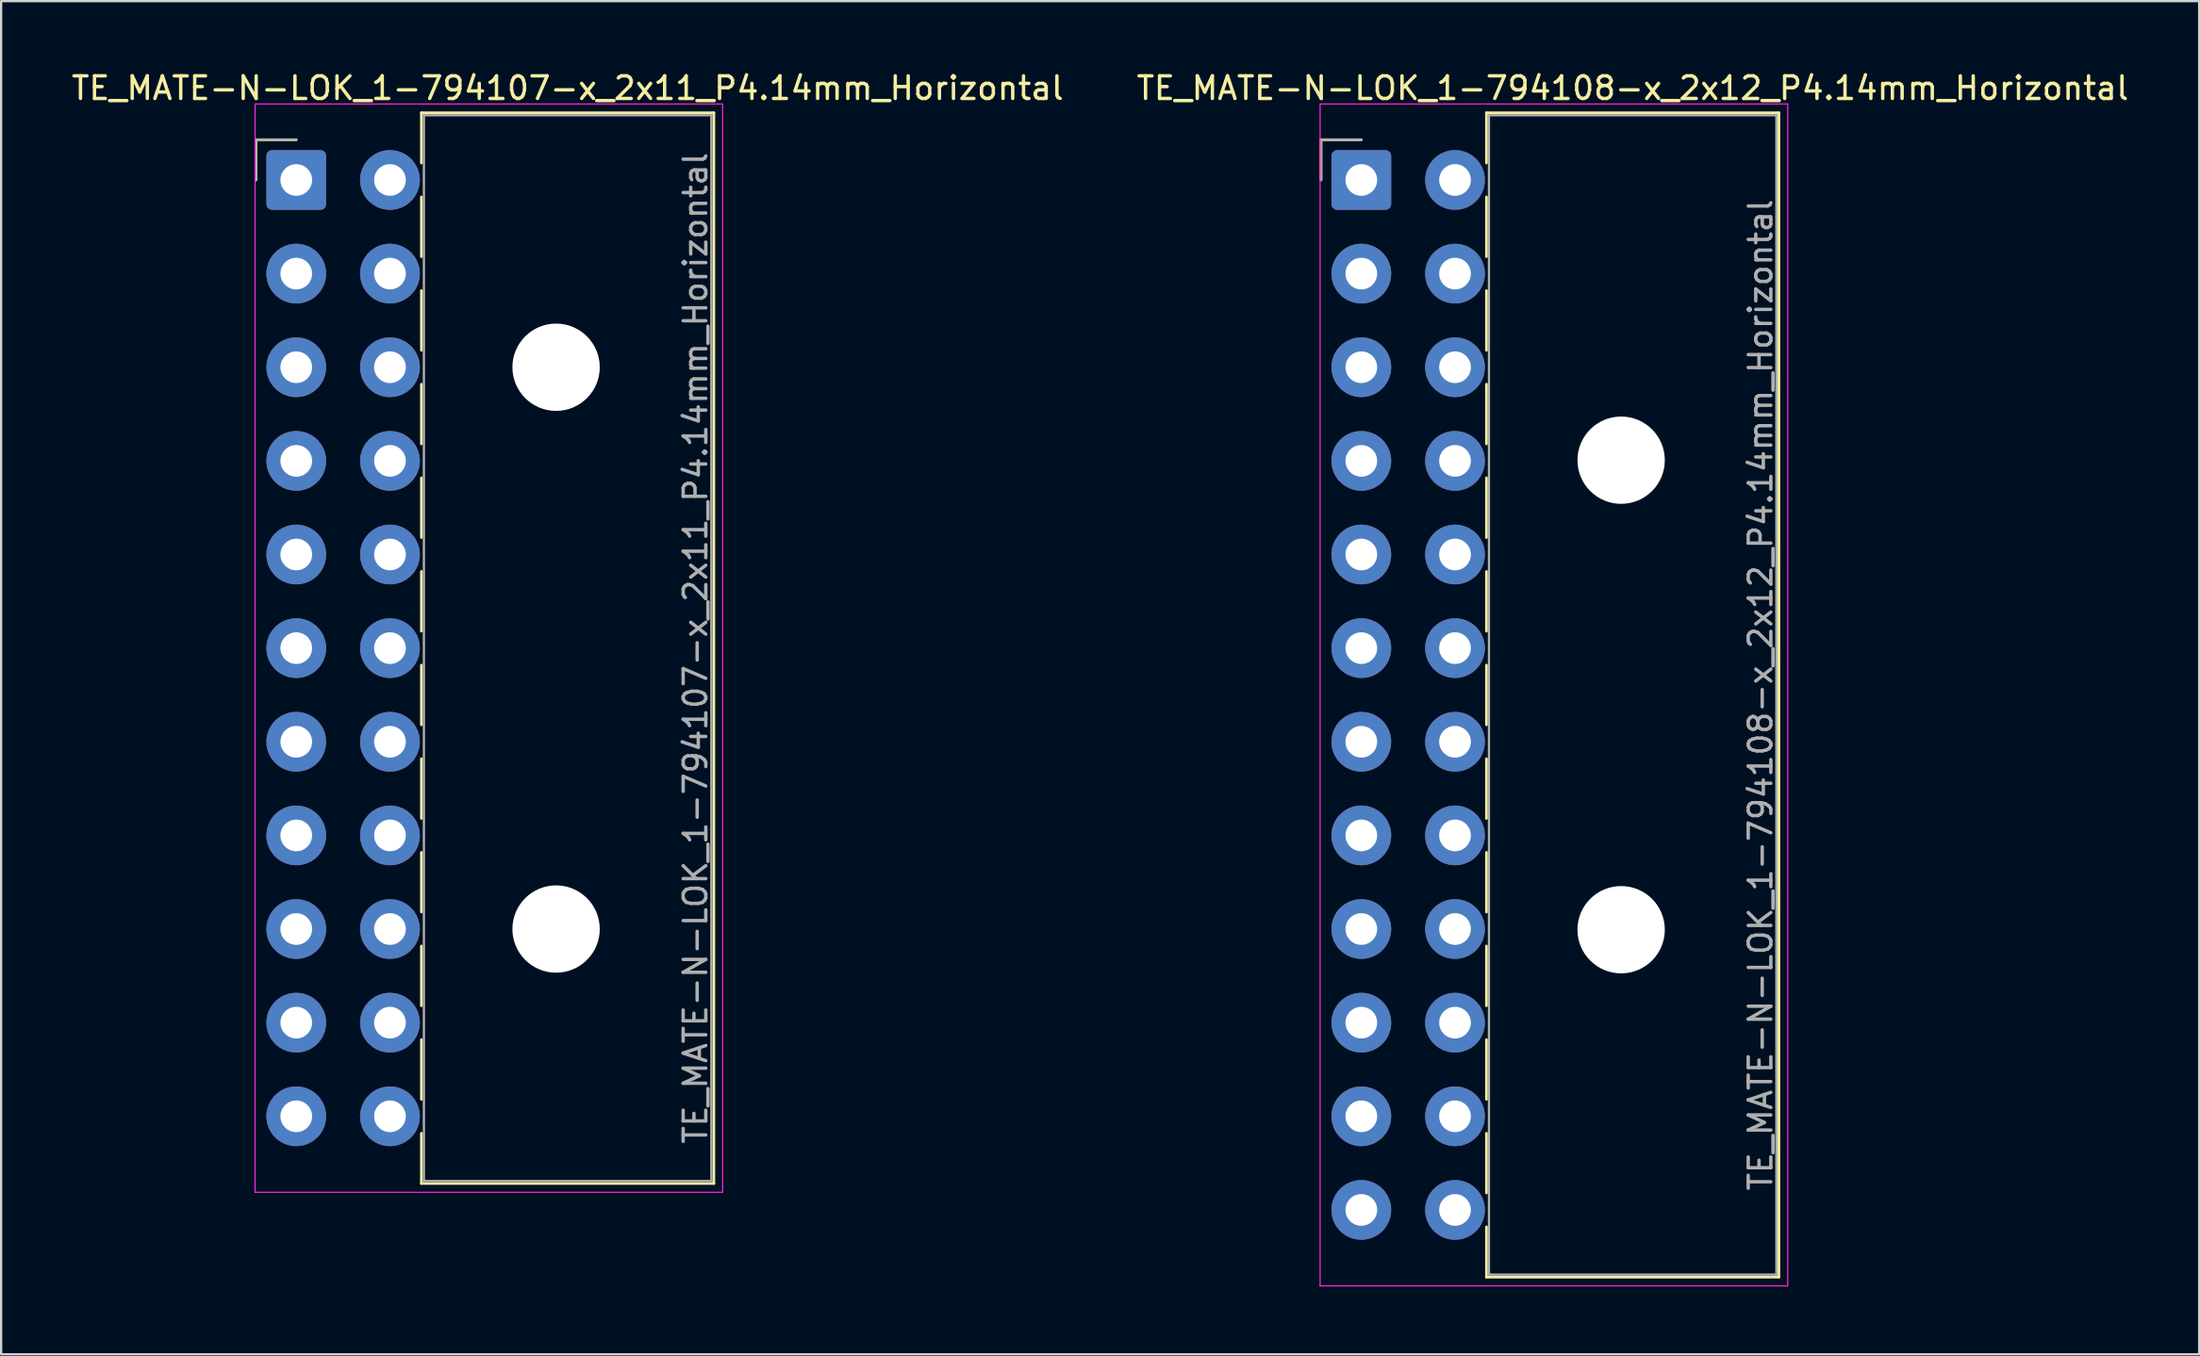
<source format=kicad_pcb>
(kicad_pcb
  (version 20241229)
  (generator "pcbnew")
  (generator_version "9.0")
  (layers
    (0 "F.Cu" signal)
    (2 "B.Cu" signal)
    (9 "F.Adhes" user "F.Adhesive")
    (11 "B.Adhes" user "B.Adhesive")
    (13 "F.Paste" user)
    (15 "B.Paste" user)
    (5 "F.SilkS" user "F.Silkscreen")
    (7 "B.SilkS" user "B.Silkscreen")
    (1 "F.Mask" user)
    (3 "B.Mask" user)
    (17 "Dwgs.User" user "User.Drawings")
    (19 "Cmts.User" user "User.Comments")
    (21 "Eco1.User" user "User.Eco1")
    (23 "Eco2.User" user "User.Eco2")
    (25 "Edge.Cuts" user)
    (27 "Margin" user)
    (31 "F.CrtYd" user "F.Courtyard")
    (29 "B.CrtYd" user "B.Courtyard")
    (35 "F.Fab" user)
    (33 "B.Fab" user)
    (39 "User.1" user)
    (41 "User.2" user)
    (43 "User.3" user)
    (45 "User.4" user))
  (footprint "TE_MATE-N-LOK_1-794108-x_2x12_P4.14mm_Horizontal"
    (layer "F.Cu")
    (at 57.099 4.908)
    (property "Reference" "TE_MATE-N-LOK_1-794108-x_2x12_P4.14mm_Horizontal" (at 11.99 -4.06 0) (layer "F.SilkS") (effects (font (size 1 1) (thickness 0.15))))
    (attr through_hole)
    (fp_line (start -1.78 -1.78) (end -1.78 0) (stroke (width 0.12) (type solid)) (layer "F.SilkS"))
    (fp_line (start 0 -1.78) (end -1.78 -1.78) (stroke (width 0.12) (type solid)) (layer "F.SilkS"))
    (fp_line (start 5.53 -2.97) (end 18.45 -2.97) (stroke (width 0.12) (type solid)) (layer "F.SilkS"))
    (fp_line (start 5.53 -0.751) (end 5.53 -2.97) (stroke (width 0.12) (type solid)) (layer "F.SilkS"))
    (fp_line (start 5.53 0.751) (end 5.53 3.389) (stroke (width 0.12) (type solid)) (layer "F.SilkS"))
    (fp_line (start 5.53 4.891) (end 5.53 7.529) (stroke (width 0.12) (type solid)) (layer "F.SilkS"))
    (fp_line (start 5.53 9.031) (end 5.53 11.669) (stroke (width 0.12) (type solid)) (layer "F.SilkS"))
    (fp_line (start 5.53 13.171) (end 5.53 15.809) (stroke (width 0.12) (type solid)) (layer "F.SilkS"))
    (fp_line (start 5.53 17.311) (end 5.53 19.949) (stroke (width 0.12) (type solid)) (layer "F.SilkS"))
    (fp_line (start 5.53 21.451) (end 5.53 24.089) (stroke (width 0.12) (type solid)) (layer "F.SilkS"))
    (fp_line (start 5.53 25.591) (end 5.53 28.229) (stroke (width 0.12) (type solid)) (layer "F.SilkS"))
    (fp_line (start 5.53 29.731) (end 5.53 32.369) (stroke (width 0.12) (type solid)) (layer "F.SilkS"))
    (fp_line (start 5.53 33.871) (end 5.53 36.509) (stroke (width 0.12) (type solid)) (layer "F.SilkS"))
    (fp_line (start 5.53 38.011) (end 5.53 40.649) (stroke (width 0.12) (type solid)) (layer "F.SilkS"))
    (fp_line (start 5.53 42.151) (end 5.53 44.789) (stroke (width 0.12) (type solid)) (layer "F.SilkS"))
    (fp_line (start 5.53 48.51) (end 5.53 46.291) (stroke (width 0.12) (type solid)) (layer "F.SilkS"))
    (fp_line (start 18.45 -2.97) (end 18.45 48.51) (stroke (width 0.12) (type solid)) (layer "F.SilkS"))
    (fp_line (start 18.45 48.51) (end 5.53 48.51) (stroke (width 0.12) (type solid)) (layer "F.SilkS"))
    (fp_line (start -1.82 -3.36) (end -1.82 48.9) (stroke (width 0.05) (type solid)) (layer "F.CrtYd"))
    (fp_line (start -1.82 48.9) (end 18.84 48.9) (stroke (width 0.05) (type solid)) (layer "F.CrtYd"))
    (fp_line (start 18.84 -3.36) (end -1.82 -3.36) (stroke (width 0.05) (type solid)) (layer "F.CrtYd"))
    (fp_line (start 18.84 48.9) (end 18.84 -3.36) (stroke (width 0.05) (type solid)) (layer "F.CrtYd"))
    (fp_line (start -1.78 -1.78) (end -1.78 0) (stroke (width 0.1) (type solid)) (layer "F.Fab"))
    (fp_line (start 0 -1.78) (end -1.78 -1.78) (stroke (width 0.1) (type solid)) (layer "F.Fab"))
    (fp_line (start 5.64 -2.86) (end 5.64 48.4) (stroke (width 0.1) (type solid)) (layer "F.Fab"))
    (fp_line (start 5.64 48.4) (end 18.34 48.4) (stroke (width 0.1) (type solid)) (layer "F.Fab"))
    (fp_line (start 18.34 -2.86) (end 5.64 -2.86) (stroke (width 0.1) (type solid)) (layer "F.Fab"))
    (fp_line (start 18.34 48.4) (end 18.34 -2.86) (stroke (width 0.1) (type solid)) (layer "F.Fab"))
    (fp_text user "${REFERENCE}" (at 17.64 22.77 90) (layer "F.Fab") (effects (font (size 1 1) (thickness 0.15))))
    (pad "" np_thru_hole circle (at 11.48 12.39) (size 3.86 3.86) (drill 3.86) (layers "*.Cu" "*.Mask"))
    (pad "" np_thru_hole circle (at 11.48 33.15) (size 3.86 3.86) (drill 3.86) (layers "*.Cu" "*.Mask"))
    (pad "1" thru_hole roundrect (at 0 0) (size 2.64 2.64) (drill 1.4) (layers "*.Cu" "*.Mask") (roundrect_rratio 0.095))
    (pad "2" thru_hole circle (at 0 4.14) (size 2.64 2.64) (drill 1.4) (layers "*.Cu" "*.Mask"))
    (pad "3" thru_hole circle (at 0 8.28) (size 2.64 2.64) (drill 1.4) (layers "*.Cu" "*.Mask"))
    (pad "4" thru_hole circle (at 0 12.42) (size 2.64 2.64) (drill 1.4) (layers "*.Cu" "*.Mask"))
    (pad "5" thru_hole circle (at 0 16.56) (size 2.64 2.64) (drill 1.4) (layers "*.Cu" "*.Mask"))
    (pad "6" thru_hole circle (at 0 20.7) (size 2.64 2.64) (drill 1.4) (layers "*.Cu" "*.Mask"))
    (pad "7" thru_hole circle (at 0 24.84) (size 2.64 2.64) (drill 1.4) (layers "*.Cu" "*.Mask"))
    (pad "8" thru_hole circle (at 0 28.98) (size 2.64 2.64) (drill 1.4) (layers "*.Cu" "*.Mask"))
    (pad "9" thru_hole circle (at 0 33.12) (size 2.64 2.64) (drill 1.4) (layers "*.Cu" "*.Mask"))
    (pad "10" thru_hole circle (at 0 37.26) (size 2.64 2.64) (drill 1.4) (layers "*.Cu" "*.Mask"))
    (pad "11" thru_hole circle (at 0 41.4) (size 2.64 2.64) (drill 1.4) (layers "*.Cu" "*.Mask"))
    (pad "12" thru_hole circle (at 0 45.54) (size 2.64 2.64) (drill 1.4) (layers "*.Cu" "*.Mask"))
    (pad "13" thru_hole circle (at 4.14 0) (size 2.64 2.64) (drill 1.4) (layers "*.Cu" "*.Mask"))
    (pad "14" thru_hole circle (at 4.14 4.14) (size 2.64 2.64) (drill 1.4) (layers "*.Cu" "*.Mask"))
    (pad "15" thru_hole circle (at 4.14 8.28) (size 2.64 2.64) (drill 1.4) (layers "*.Cu" "*.Mask"))
    (pad "16" thru_hole circle (at 4.14 12.42) (size 2.64 2.64) (drill 1.4) (layers "*.Cu" "*.Mask"))
    (pad "17" thru_hole circle (at 4.14 16.56) (size 2.64 2.64) (drill 1.4) (layers "*.Cu" "*.Mask"))
    (pad "18" thru_hole circle (at 4.14 20.7) (size 2.64 2.64) (drill 1.4) (layers "*.Cu" "*.Mask"))
    (pad "19" thru_hole circle (at 4.14 24.84) (size 2.64 2.64) (drill 1.4) (layers "*.Cu" "*.Mask"))
    (pad "20" thru_hole circle (at 4.14 28.98) (size 2.64 2.64) (drill 1.4) (layers "*.Cu" "*.Mask"))
    (pad "21" thru_hole circle (at 4.14 33.12) (size 2.64 2.64) (drill 1.4) (layers "*.Cu" "*.Mask"))
    (pad "22" thru_hole circle (at 4.14 37.26) (size 2.64 2.64) (drill 1.4) (layers "*.Cu" "*.Mask"))
    (pad "23" thru_hole circle (at 4.14 41.4) (size 2.64 2.64) (drill 1.4) (layers "*.Cu" "*.Mask"))
    (pad "24" thru_hole circle (at 4.14 45.54) (size 2.64 2.64) (drill 1.4) (layers "*.Cu" "*.Mask")))
  (footprint "TE_MATE-N-LOK_1-794107-x_2x11_P4.14mm_Horizontal"
    (layer "F.Cu")
    (at 10.04 4.908)
    (property "Reference" "TE_MATE-N-LOK_1-794107-x_2x11_P4.14mm_Horizontal" (at 11.99 -4.06 0) (layer "F.SilkS") (effects (font (size 1 1) (thickness 0.15))))
    (attr through_hole)
    (fp_line (start -1.78 -1.78) (end -1.78 0) (stroke (width 0.12) (type solid)) (layer "F.SilkS"))
    (fp_line (start 0 -1.78) (end -1.78 -1.78) (stroke (width 0.12) (type solid)) (layer "F.SilkS"))
    (fp_line (start 5.53 -2.97) (end 18.45 -2.97) (stroke (width 0.12) (type solid)) (layer "F.SilkS"))
    (fp_line (start 5.53 -0.751) (end 5.53 -2.97) (stroke (width 0.12) (type solid)) (layer "F.SilkS"))
    (fp_line (start 5.53 0.751) (end 5.53 3.389) (stroke (width 0.12) (type solid)) (layer "F.SilkS"))
    (fp_line (start 5.53 4.891) (end 5.53 7.529) (stroke (width 0.12) (type solid)) (layer "F.SilkS"))
    (fp_line (start 5.53 9.031) (end 5.53 11.669) (stroke (width 0.12) (type solid)) (layer "F.SilkS"))
    (fp_line (start 5.53 13.171) (end 5.53 15.809) (stroke (width 0.12) (type solid)) (layer "F.SilkS"))
    (fp_line (start 5.53 17.311) (end 5.53 19.949) (stroke (width 0.12) (type solid)) (layer "F.SilkS"))
    (fp_line (start 5.53 21.451) (end 5.53 24.089) (stroke (width 0.12) (type solid)) (layer "F.SilkS"))
    (fp_line (start 5.53 25.591) (end 5.53 28.229) (stroke (width 0.12) (type solid)) (layer "F.SilkS"))
    (fp_line (start 5.53 29.731) (end 5.53 32.369) (stroke (width 0.12) (type solid)) (layer "F.SilkS"))
    (fp_line (start 5.53 33.871) (end 5.53 36.509) (stroke (width 0.12) (type solid)) (layer "F.SilkS"))
    (fp_line (start 5.53 38.011) (end 5.53 40.649) (stroke (width 0.12) (type solid)) (layer "F.SilkS"))
    (fp_line (start 5.53 44.37) (end 5.53 42.151) (stroke (width 0.12) (type solid)) (layer "F.SilkS"))
    (fp_line (start 18.45 -2.97) (end 18.45 44.37) (stroke (width 0.12) (type solid)) (layer "F.SilkS"))
    (fp_line (start 18.45 44.37) (end 5.53 44.37) (stroke (width 0.12) (type solid)) (layer "F.SilkS"))
    (fp_line (start -1.82 -3.36) (end -1.82 44.76) (stroke (width 0.05) (type solid)) (layer "F.CrtYd"))
    (fp_line (start -1.82 44.76) (end 18.84 44.76) (stroke (width 0.05) (type solid)) (layer "F.CrtYd"))
    (fp_line (start 18.84 -3.36) (end -1.82 -3.36) (stroke (width 0.05) (type solid)) (layer "F.CrtYd"))
    (fp_line (start 18.84 44.76) (end 18.84 -3.36) (stroke (width 0.05) (type solid)) (layer "F.CrtYd"))
    (fp_line (start -1.78 -1.78) (end -1.78 0) (stroke (width 0.1) (type solid)) (layer "F.Fab"))
    (fp_line (start 0 -1.78) (end -1.78 -1.78) (stroke (width 0.1) (type solid)) (layer "F.Fab"))
    (fp_line (start 5.64 -2.86) (end 5.64 44.26) (stroke (width 0.1) (type solid)) (layer "F.Fab"))
    (fp_line (start 5.64 44.26) (end 18.34 44.26) (stroke (width 0.1) (type solid)) (layer "F.Fab"))
    (fp_line (start 18.34 -2.86) (end 5.64 -2.86) (stroke (width 0.1) (type solid)) (layer "F.Fab"))
    (fp_line (start 18.34 44.26) (end 18.34 -2.86) (stroke (width 0.1) (type solid)) (layer "F.Fab"))
    (fp_text user "${REFERENCE}" (at 17.64 20.7 90) (layer "F.Fab") (effects (font (size 1 1) (thickness 0.15))))
    (pad "" np_thru_hole circle (at 11.48 8.28) (size 3.86 3.86) (drill 3.86) (layers "*.Cu" "*.Mask"))
    (pad "" np_thru_hole circle (at 11.48 33.12) (size 3.86 3.86) (drill 3.86) (layers "*.Cu" "*.Mask"))
    (pad "1" thru_hole roundrect (at 0 0) (size 2.64 2.64) (drill 1.4) (layers "*.Cu" "*.Mask") (roundrect_rratio 0.095))
    (pad "2" thru_hole circle (at 0 4.14) (size 2.64 2.64) (drill 1.4) (layers "*.Cu" "*.Mask"))
    (pad "3" thru_hole circle (at 0 8.28) (size 2.64 2.64) (drill 1.4) (layers "*.Cu" "*.Mask"))
    (pad "4" thru_hole circle (at 0 12.42) (size 2.64 2.64) (drill 1.4) (layers "*.Cu" "*.Mask"))
    (pad "5" thru_hole circle (at 0 16.56) (size 2.64 2.64) (drill 1.4) (layers "*.Cu" "*.Mask"))
    (pad "6" thru_hole circle (at 0 20.7) (size 2.64 2.64) (drill 1.4) (layers "*.Cu" "*.Mask"))
    (pad "7" thru_hole circle (at 0 24.84) (size 2.64 2.64) (drill 1.4) (layers "*.Cu" "*.Mask"))
    (pad "8" thru_hole circle (at 0 28.98) (size 2.64 2.64) (drill 1.4) (layers "*.Cu" "*.Mask"))
    (pad "9" thru_hole circle (at 0 33.12) (size 2.64 2.64) (drill 1.4) (layers "*.Cu" "*.Mask"))
    (pad "10" thru_hole circle (at 0 37.26) (size 2.64 2.64) (drill 1.4) (layers "*.Cu" "*.Mask"))
    (pad "11" thru_hole circle (at 0 41.4) (size 2.64 2.64) (drill 1.4) (layers "*.Cu" "*.Mask"))
    (pad "12" thru_hole circle (at 4.14 0) (size 2.64 2.64) (drill 1.4) (layers "*.Cu" "*.Mask"))
    (pad "13" thru_hole circle (at 4.14 4.14) (size 2.64 2.64) (drill 1.4) (layers "*.Cu" "*.Mask"))
    (pad "14" thru_hole circle (at 4.14 8.28) (size 2.64 2.64) (drill 1.4) (layers "*.Cu" "*.Mask"))
    (pad "15" thru_hole circle (at 4.14 12.42) (size 2.64 2.64) (drill 1.4) (layers "*.Cu" "*.Mask"))
    (pad "16" thru_hole circle (at 4.14 16.56) (size 2.64 2.64) (drill 1.4) (layers "*.Cu" "*.Mask"))
    (pad "17" thru_hole circle (at 4.14 20.7) (size 2.64 2.64) (drill 1.4) (layers "*.Cu" "*.Mask"))
    (pad "18" thru_hole circle (at 4.14 24.84) (size 2.64 2.64) (drill 1.4) (layers "*.Cu" "*.Mask"))
    (pad "19" thru_hole circle (at 4.14 28.98) (size 2.64 2.64) (drill 1.4) (layers "*.Cu" "*.Mask"))
    (pad "20" thru_hole circle (at 4.14 33.12) (size 2.64 2.64) (drill 1.4) (layers "*.Cu" "*.Mask"))
    (pad "21" thru_hole circle (at 4.14 37.26) (size 2.64 2.64) (drill 1.4) (layers "*.Cu" "*.Mask"))
    (pad "22" thru_hole circle (at 4.14 41.4) (size 2.64 2.64) (drill 1.4) (layers "*.Cu" "*.Mask")))
  (gr_rect
    (start -3 -3)
    (end 94.119 56.833)
    (stroke (width 0.1) (type default))
    (fill no)
    (layer "Edge.Cuts")))
</source>
